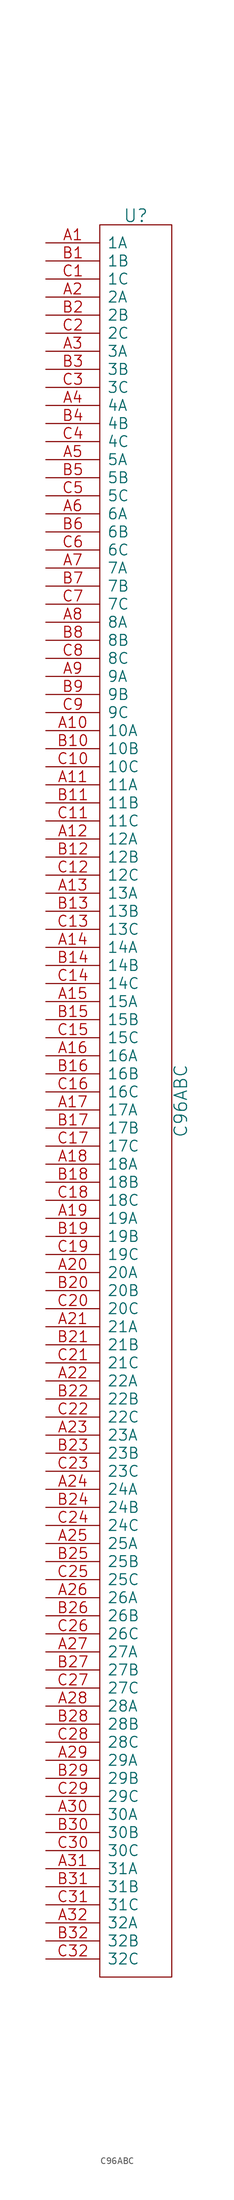
<source format=kicad_sym>
(kicad_symbol_lib
  (version 20220914)
  (generator kicad_symbol_editor)
  (symbol "C96ABC"
    (pin_names
      (offset 1.016))
    (property "Reference" "U"
      (at 0 124.46 0)
      (effects (font (size 1.778 1.778))))
    (property "Value" "C96ABC"
      (at 6.35 0 90)
      (effects (font (size 1.778 1.778))))
    (property "Footprint" ""
      (at 0 0 0)
      (effects (font (size 1.524 1.524))))
    (property "Datasheet" ""
      (at 0 0 0)
      (effects (font (size 1.524 1.524))))
    (symbol "C96ABC_0_1"
      (rectangle (start -5.08 -123.19) (end 5.08 123.19) (stroke (width 0) (type default)) (fill (type none))))
    (symbol "C96ABC_1_1"
      (pin passive line (at -12.7 120.65 0) (length 7.62) (name "1A" (effects (font (size 1.524 1.524)))) (number "A1" (effects (font (size 1.524 1.524)))))
      (pin passive line (at -12.7 52.07 0) (length 7.62) (name "10A" (effects (font (size 1.524 1.524)))) (number "A10" (effects (font (size 1.524 1.524)))))
      (pin passive line (at -12.7 44.45 0) (length 7.62) (name "11A" (effects (font (size 1.524 1.524)))) (number "A11" (effects (font (size 1.524 1.524)))))
      (pin passive line (at -12.7 36.83 0) (length 7.62) (name "12A" (effects (font (size 1.524 1.524)))) (number "A12" (effects (font (size 1.524 1.524)))))
      (pin passive line (at -12.7 29.21 0) (length 7.62) (name "13A" (effects (font (size 1.524 1.524)))) (number "A13" (effects (font (size 1.524 1.524)))))
      (pin passive line (at -12.7 21.59 0) (length 7.62) (name "14A" (effects (font (size 1.524 1.524)))) (number "A14" (effects (font (size 1.524 1.524)))))
      (pin passive line (at -12.7 13.97 0) (length 7.62) (name "15A" (effects (font (size 1.524 1.524)))) (number "A15" (effects (font (size 1.524 1.524)))))
      (pin passive line (at -12.7 6.35 0) (length 7.62) (name "16A" (effects (font (size 1.524 1.524)))) (number "A16" (effects (font (size 1.524 1.524)))))
      (pin passive line (at -12.7 -1.27 0) (length 7.62) (name "17A" (effects (font (size 1.524 1.524)))) (number "A17" (effects (font (size 1.524 1.524)))))
      (pin passive line (at -12.7 -8.89 0) (length 7.62) (name "18A" (effects (font (size 1.524 1.524)))) (number "A18" (effects (font (size 1.524 1.524)))))
      (pin passive line (at -12.7 -16.51 0) (length 7.62) (name "19A" (effects (font (size 1.524 1.524)))) (number "A19" (effects (font (size 1.524 1.524)))))
      (pin passive line (at -12.7 113.03 0) (length 7.62) (name "2A" (effects (font (size 1.524 1.524)))) (number "A2" (effects (font (size 1.524 1.524)))))
      (pin passive line (at -12.7 -24.13 0) (length 7.62) (name "20A" (effects (font (size 1.524 1.524)))) (number "A20" (effects (font (size 1.524 1.524)))))
      (pin tri_state line (at -12.7 -31.75 0) (length 7.62) (name "21A" (effects (font (size 1.524 1.524)))) (number "A21" (effects (font (size 1.524 1.524)))))
      (pin passive line (at -12.7 -39.37 0) (length 7.62) (name "22A" (effects (font (size 1.524 1.524)))) (number "A22" (effects (font (size 1.524 1.524)))))
      (pin passive line (at -12.7 -46.99 0) (length 7.62) (name "23A" (effects (font (size 1.524 1.524)))) (number "A23" (effects (font (size 1.524 1.524)))))
      (pin passive line (at -12.7 -54.61 0) (length 7.62) (name "24A" (effects (font (size 1.524 1.524)))) (number "A24" (effects (font (size 1.524 1.524)))))
      (pin passive line (at -12.7 -62.23 0) (length 7.62) (name "25A" (effects (font (size 1.524 1.524)))) (number "A25" (effects (font (size 1.524 1.524)))))
      (pin passive line (at -12.7 -69.85 0) (length 7.62) (name "26A" (effects (font (size 1.524 1.524)))) (number "A26" (effects (font (size 1.524 1.524)))))
      (pin passive line (at -12.7 -77.47 0) (length 7.62) (name "27A" (effects (font (size 1.524 1.524)))) (number "A27" (effects (font (size 1.524 1.524)))))
      (pin passive line (at -12.7 -85.09 0) (length 7.62) (name "28A" (effects (font (size 1.524 1.524)))) (number "A28" (effects (font (size 1.524 1.524)))))
      (pin passive line (at -12.7 -92.71 0) (length 7.62) (name "29A" (effects (font (size 1.524 1.524)))) (number "A29" (effects (font (size 1.524 1.524)))))
      (pin passive line (at -12.7 105.41 0) (length 7.62) (name "3A" (effects (font (size 1.524 1.524)))) (number "A3" (effects (font (size 1.524 1.524)))))
      (pin passive line (at -12.7 -100.33 0) (length 7.62) (name "30A" (effects (font (size 1.524 1.524)))) (number "A30" (effects (font (size 1.524 1.524)))))
      (pin passive line (at -12.7 -107.95 0) (length 7.62) (name "31A" (effects (font (size 1.524 1.524)))) (number "A31" (effects (font (size 1.524 1.524)))))
      (pin passive line (at -12.7 -115.57 0) (length 7.62) (name "32A" (effects (font (size 1.524 1.524)))) (number "A32" (effects (font (size 1.524 1.524)))))
      (pin passive line (at -12.7 97.79 0) (length 7.62) (name "4A" (effects (font (size 1.524 1.524)))) (number "A4" (effects (font (size 1.524 1.524)))))
      (pin passive line (at -12.7 90.17 0) (length 7.62) (name "5A" (effects (font (size 1.524 1.524)))) (number "A5" (effects (font (size 1.524 1.524)))))
      (pin passive line (at -12.7 82.55 0) (length 7.62) (name "6A" (effects (font (size 1.524 1.524)))) (number "A6" (effects (font (size 1.524 1.524)))))
      (pin passive line (at -12.7 74.93 0) (length 7.62) (name "7A" (effects (font (size 1.524 1.524)))) (number "A7" (effects (font (size 1.524 1.524)))))
      (pin passive line (at -12.7 67.31 0) (length 7.62) (name "8A" (effects (font (size 1.524 1.524)))) (number "A8" (effects (font (size 1.524 1.524)))))
      (pin passive line (at -12.7 59.69 0) (length 7.62) (name "9A" (effects (font (size 1.524 1.524)))) (number "A9" (effects (font (size 1.524 1.524)))))
      (pin passive line (at -12.7 118.11 0) (length 7.62) (name "1B" (effects (font (size 1.524 1.524)))) (number "B1" (effects (font (size 1.524 1.524)))))
      (pin passive line (at -12.7 49.53 0) (length 7.62) (name "10B" (effects (font (size 1.524 1.524)))) (number "B10" (effects (font (size 1.524 1.524)))))
      (pin passive line (at -12.7 41.91 0) (length 7.62) (name "11B" (effects (font (size 1.524 1.524)))) (number "B11" (effects (font (size 1.524 1.524)))))
      (pin passive line (at -12.7 34.29 0) (length 7.62) (name "12B" (effects (font (size 1.524 1.524)))) (number "B12" (effects (font (size 1.524 1.524)))))
      (pin passive line (at -12.7 26.67 0) (length 7.62) (name "13B" (effects (font (size 1.524 1.524)))) (number "B13" (effects (font (size 1.524 1.524)))))
      (pin passive line (at -12.7 19.05 0) (length 7.62) (name "14B" (effects (font (size 1.524 1.524)))) (number "B14" (effects (font (size 1.524 1.524)))))
      (pin passive line (at -12.7 11.43 0) (length 7.62) (name "15B" (effects (font (size 1.524 1.524)))) (number "B15" (effects (font (size 1.524 1.524)))))
      (pin passive line (at -12.7 3.81 0) (length 7.62) (name "16B" (effects (font (size 1.524 1.524)))) (number "B16" (effects (font (size 1.524 1.524)))))
      (pin passive line (at -12.7 -3.81 0) (length 7.62) (name "17B" (effects (font (size 1.524 1.524)))) (number "B17" (effects (font (size 1.524 1.524)))))
      (pin passive line (at -12.7 -11.43 0) (length 7.62) (name "18B" (effects (font (size 1.524 1.524)))) (number "B18" (effects (font (size 1.524 1.524)))))
      (pin passive line (at -12.7 -19.05 0) (length 7.62) (name "19B" (effects (font (size 1.524 1.524)))) (number "B19" (effects (font (size 1.524 1.524)))))
      (pin passive line (at -12.7 110.49 0) (length 7.62) (name "2B" (effects (font (size 1.524 1.524)))) (number "B2" (effects (font (size 1.524 1.524)))))
      (pin passive line (at -12.7 -26.67 0) (length 7.62) (name "20B" (effects (font (size 1.524 1.524)))) (number "B20" (effects (font (size 1.524 1.524)))))
      (pin passive line (at -12.7 -34.29 0) (length 7.62) (name "21B" (effects (font (size 1.524 1.524)))) (number "B21" (effects (font (size 1.524 1.524)))))
      (pin passive line (at -12.7 -41.91 0) (length 7.62) (name "22B" (effects (font (size 1.524 1.524)))) (number "B22" (effects (font (size 1.524 1.524)))))
      (pin passive line (at -12.7 -49.53 0) (length 7.62) (name "23B" (effects (font (size 1.524 1.524)))) (number "B23" (effects (font (size 1.524 1.524)))))
      (pin passive line (at -12.7 -57.15 0) (length 7.62) (name "24B" (effects (font (size 1.524 1.524)))) (number "B24" (effects (font (size 1.524 1.524)))))
      (pin passive line (at -12.7 -64.77 0) (length 7.62) (name "25B" (effects (font (size 1.524 1.524)))) (number "B25" (effects (font (size 1.524 1.524)))))
      (pin passive line (at -12.7 -72.39 0) (length 7.62) (name "26B" (effects (font (size 1.524 1.524)))) (number "B26" (effects (font (size 1.524 1.524)))))
      (pin passive line (at -12.7 -80.01 0) (length 7.62) (name "27B" (effects (font (size 1.524 1.524)))) (number "B27" (effects (font (size 1.524 1.524)))))
      (pin passive line (at -12.7 -87.63 0) (length 7.62) (name "28B" (effects (font (size 1.524 1.524)))) (number "B28" (effects (font (size 1.524 1.524)))))
      (pin passive line (at -12.7 -95.25 0) (length 7.62) (name "29B" (effects (font (size 1.524 1.524)))) (number "B29" (effects (font (size 1.524 1.524)))))
      (pin passive line (at -12.7 102.87 0) (length 7.62) (name "3B" (effects (font (size 1.524 1.524)))) (number "B3" (effects (font (size 1.524 1.524)))))
      (pin passive line (at -12.7 -102.87 0) (length 7.62) (name "30B" (effects (font (size 1.524 1.524)))) (number "B30" (effects (font (size 1.524 1.524)))))
      (pin passive line (at -12.7 -110.49 0) (length 7.62) (name "31B" (effects (font (size 1.524 1.524)))) (number "B31" (effects (font (size 1.524 1.524)))))
      (pin passive line (at -12.7 -118.11 0) (length 7.62) (name "32B" (effects (font (size 1.524 1.524)))) (number "B32" (effects (font (size 1.524 1.524)))))
      (pin passive line (at -12.7 95.25 0) (length 7.62) (name "4B" (effects (font (size 1.524 1.524)))) (number "B4" (effects (font (size 1.524 1.524)))))
      (pin passive line (at -12.7 87.63 0) (length 7.62) (name "5B" (effects (font (size 1.524 1.524)))) (number "B5" (effects (font (size 1.524 1.524)))))
      (pin passive line (at -12.7 80.01 0) (length 7.62) (name "6B" (effects (font (size 1.524 1.524)))) (number "B6" (effects (font (size 1.524 1.524)))))
      (pin passive line (at -12.7 72.39 0) (length 7.62) (name "7B" (effects (font (size 1.524 1.524)))) (number "B7" (effects (font (size 1.524 1.524)))))
      (pin passive line (at -12.7 64.77 0) (length 7.62) (name "8B" (effects (font (size 1.524 1.524)))) (number "B8" (effects (font (size 1.524 1.524)))))
      (pin passive line (at -12.7 57.15 0) (length 7.62) (name "9B" (effects (font (size 1.524 1.524)))) (number "B9" (effects (font (size 1.524 1.524)))))
      (pin passive line (at -12.7 115.57 0) (length 7.62) (name "1C" (effects (font (size 1.524 1.524)))) (number "C1" (effects (font (size 1.524 1.524)))))
      (pin passive line (at -12.7 46.99 0) (length 7.62) (name "10C" (effects (font (size 1.524 1.524)))) (number "C10" (effects (font (size 1.524 1.524)))))
      (pin passive line (at -12.7 39.37 0) (length 7.62) (name "11C" (effects (font (size 1.524 1.524)))) (number "C11" (effects (font (size 1.524 1.524)))))
      (pin passive line (at -12.7 31.75 0) (length 7.62) (name "12C" (effects (font (size 1.524 1.524)))) (number "C12" (effects (font (size 1.524 1.524)))))
      (pin passive line (at -12.7 24.13 0) (length 7.62) (name "13C" (effects (font (size 1.524 1.524)))) (number "C13" (effects (font (size 1.524 1.524)))))
      (pin passive line (at -12.7 16.51 0) (length 7.62) (name "14C" (effects (font (size 1.524 1.524)))) (number "C14" (effects (font (size 1.524 1.524)))))
      (pin passive line (at -12.7 8.89 0) (length 7.62) (name "15C" (effects (font (size 1.524 1.524)))) (number "C15" (effects (font (size 1.524 1.524)))))
      (pin passive line (at -12.7 1.27 0) (length 7.62) (name "16C" (effects (font (size 1.524 1.524)))) (number "C16" (effects (font (size 1.524 1.524)))))
      (pin passive line (at -12.7 -6.35 0) (length 7.62) (name "17C" (effects (font (size 1.524 1.524)))) (number "C17" (effects (font (size 1.524 1.524)))))
      (pin passive line (at -12.7 -13.97 0) (length 7.62) (name "18C" (effects (font (size 1.524 1.524)))) (number "C18" (effects (font (size 1.524 1.524)))))
      (pin passive line (at -12.7 -21.59 0) (length 7.62) (name "19C" (effects (font (size 1.524 1.524)))) (number "C19" (effects (font (size 1.524 1.524)))))
      (pin passive line (at -12.7 107.95 0) (length 7.62) (name "2C" (effects (font (size 1.524 1.524)))) (number "C2" (effects (font (size 1.524 1.524)))))
      (pin passive line (at -12.7 -29.21 0) (length 7.62) (name "20C" (effects (font (size 1.524 1.524)))) (number "C20" (effects (font (size 1.524 1.524)))))
      (pin passive line (at -12.7 -36.83 0) (length 7.62) (name "21C" (effects (font (size 1.524 1.524)))) (number "C21" (effects (font (size 1.524 1.524)))))
      (pin passive line (at -12.7 -44.45 0) (length 7.62) (name "22C" (effects (font (size 1.524 1.524)))) (number "C22" (effects (font (size 1.524 1.524)))))
      (pin passive line (at -12.7 -52.07 0) (length 7.62) (name "23C" (effects (font (size 1.524 1.524)))) (number "C23" (effects (font (size 1.524 1.524)))))
      (pin passive line (at -12.7 -59.69 0) (length 7.62) (name "24C" (effects (font (size 1.524 1.524)))) (number "C24" (effects (font (size 1.524 1.524)))))
      (pin passive line (at -12.7 -67.31 0) (length 7.62) (name "25C" (effects (font (size 1.524 1.524)))) (number "C25" (effects (font (size 1.524 1.524)))))
      (pin passive line (at -12.7 -74.93 0) (length 7.62) (name "26C" (effects (font (size 1.524 1.524)))) (number "C26" (effects (font (size 1.524 1.524)))))
      (pin passive line (at -12.7 -82.55 0) (length 7.62) (name "27C" (effects (font (size 1.524 1.524)))) (number "C27" (effects (font (size 1.524 1.524)))))
      (pin passive line (at -12.7 -90.17 0) (length 7.62) (name "28C" (effects (font (size 1.524 1.524)))) (number "C28" (effects (font (size 1.524 1.524)))))
      (pin passive line (at -12.7 -97.79 0) (length 7.62) (name "29C" (effects (font (size 1.524 1.524)))) (number "C29" (effects (font (size 1.524 1.524)))))
      (pin passive line (at -12.7 100.33 0) (length 7.62) (name "3C" (effects (font (size 1.524 1.524)))) (number "C3" (effects (font (size 1.524 1.524)))))
      (pin passive line (at -12.7 -105.41 0) (length 7.62) (name "30C" (effects (font (size 1.524 1.524)))) (number "C30" (effects (font (size 1.524 1.524)))))
      (pin passive line (at -12.7 -113.03 0) (length 7.62) (name "31C" (effects (font (size 1.524 1.524)))) (number "C31" (effects (font (size 1.524 1.524)))))
      (pin passive line (at -12.7 -120.65 0) (length 7.62) (name "32C" (effects (font (size 1.524 1.524)))) (number "C32" (effects (font (size 1.524 1.524)))))
      (pin passive line (at -12.7 92.71 0) (length 7.62) (name "4C" (effects (font (size 1.524 1.524)))) (number "C4" (effects (font (size 1.524 1.524)))))
      (pin passive line (at -12.7 85.09 0) (length 7.62) (name "5C" (effects (font (size 1.524 1.524)))) (number "C5" (effects (font (size 1.524 1.524)))))
      (pin passive line (at -12.7 77.47 0) (length 7.62) (name "6C" (effects (font (size 1.524 1.524)))) (number "C6" (effects (font (size 1.524 1.524)))))
      (pin passive line (at -12.7 69.85 0) (length 7.62) (name "7C" (effects (font (size 1.524 1.524)))) (number "C7" (effects (font (size 1.524 1.524)))))
      (pin passive line (at -12.7 62.23 0) (length 7.62) (name "8C" (effects (font (size 1.524 1.524)))) (number "C8" (effects (font (size 1.524 1.524)))))
      (pin passive line (at -12.7 54.61 0) (length 7.62) (name "9C" (effects (font (size 1.524 1.524)))) (number "C9" (effects (font (size 1.524 1.524))))))))
</source>
